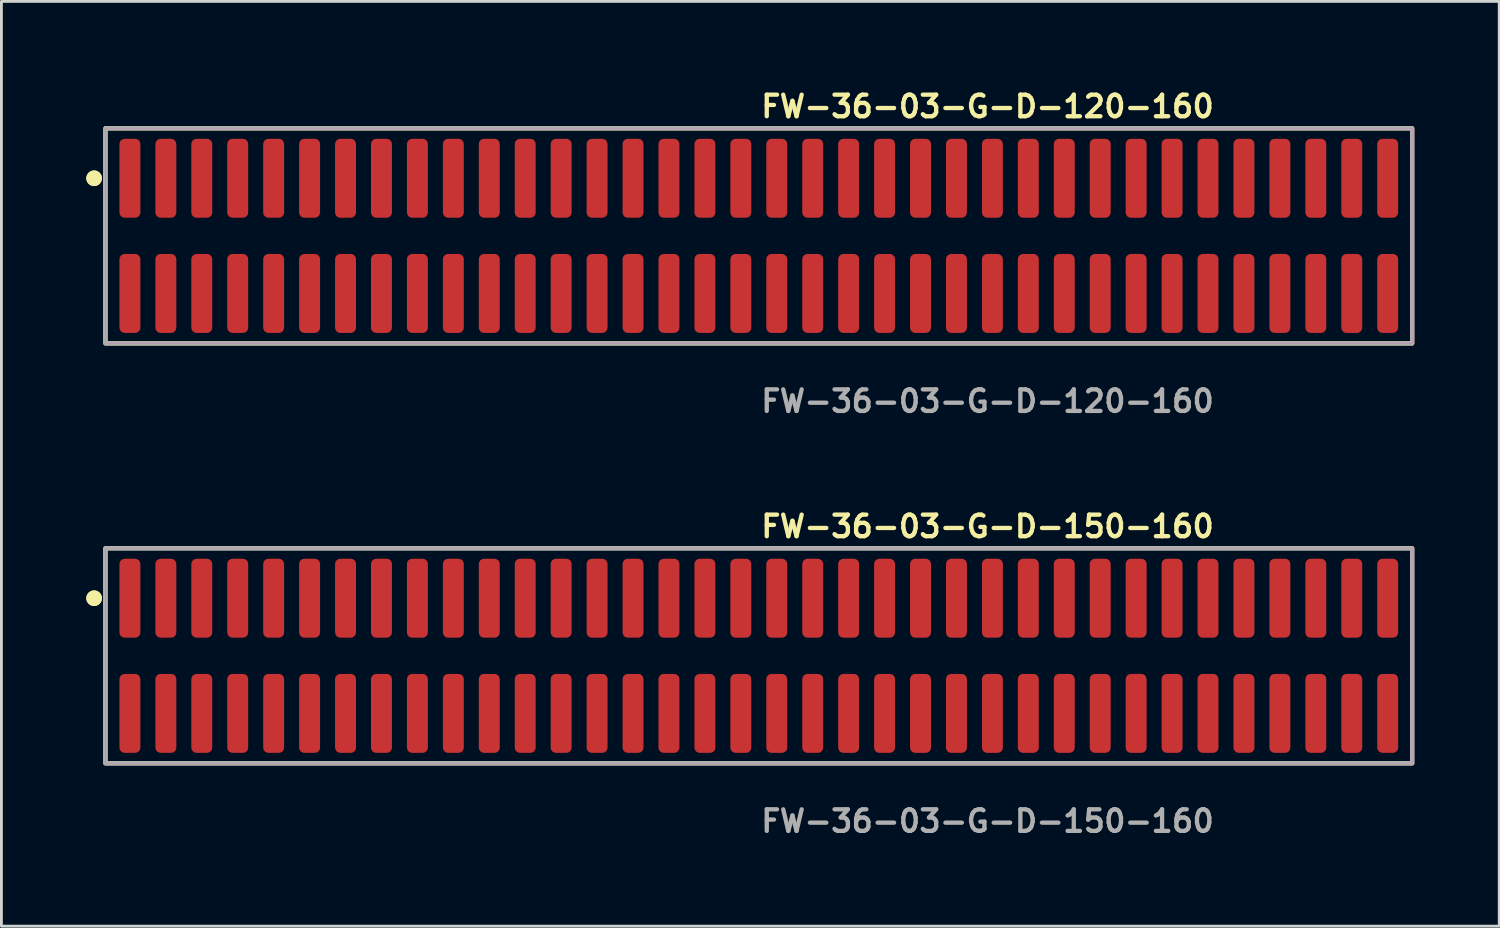
<source format=kicad_pcb>
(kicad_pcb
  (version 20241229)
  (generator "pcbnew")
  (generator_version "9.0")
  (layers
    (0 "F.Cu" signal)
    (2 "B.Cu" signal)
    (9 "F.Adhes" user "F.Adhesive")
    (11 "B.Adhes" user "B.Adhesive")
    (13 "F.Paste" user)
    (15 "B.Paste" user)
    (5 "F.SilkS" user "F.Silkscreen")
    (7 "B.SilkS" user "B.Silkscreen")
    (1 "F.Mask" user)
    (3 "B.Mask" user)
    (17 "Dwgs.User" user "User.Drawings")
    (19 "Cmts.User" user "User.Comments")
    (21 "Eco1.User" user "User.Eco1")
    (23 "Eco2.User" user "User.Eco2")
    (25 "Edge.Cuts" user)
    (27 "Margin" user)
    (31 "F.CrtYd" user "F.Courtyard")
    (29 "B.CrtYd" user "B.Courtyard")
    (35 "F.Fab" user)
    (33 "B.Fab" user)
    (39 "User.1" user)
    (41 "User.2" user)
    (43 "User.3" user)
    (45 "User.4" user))
  (footprint "FW-36-03-G-D-150-160"
    (layer "F.Cu")
    (at 23.766 20.126)
    (property "Reference" "FW-36-03-G-D-150-160" (at 0 -4.572 0) (unlocked yes) (layer "F.SilkS") (effects (font (size 0.762 0.762) (thickness 0.152)) (justify left)))
    (fp_rect (start -23.09 3.8) (end 23.09 -3.8) (stroke (width 0.152) (type solid)) (fill no) (layer "F.SilkS"))
    (fp_circle (center -23.49 -2.035) (end -23.69 -2.035) (stroke (width 0.152) (type solid)) (fill yes) (layer "F.SilkS"))
    (fp_circle (center -23.49 -2.035) (end -23.69 -2.035) (stroke (width 0.152) (type solid)) (fill yes) (layer "F.SilkS"))
    (fp_rect (start -23.09 3.8) (end 23.09 -3.8) (stroke (width 0.006) (type solid)) (fill no) (layer "F.CrtYd"))
    (fp_rect (start -23.09 3.8) (end 23.09 -3.8) (stroke (width 0.152) (type solid)) (fill no) (layer "F.Fab"))
    (fp_text user "${REFERENCE}" (at 0 5.842 0) (unlocked yes) (layer "F.Fab") (effects (font (size 0.762 0.762) (thickness 0.152)) (justify left)))
    (pad "1" smd roundrect (at -22.225 -2.035) (size 0.74 2.79) (layers "F.Cu" "F.Paste") (roundrect_rratio 0.25))
    (pad "2" smd roundrect (at -22.225 2.035) (size 0.74 2.79) (layers "F.Cu" "F.Paste") (roundrect_rratio 0.25))
    (pad "3" smd roundrect (at -20.955 -2.035) (size 0.74 2.79) (layers "F.Cu" "F.Paste") (roundrect_rratio 0.25))
    (pad "4" smd roundrect (at -20.955 2.035) (size 0.74 2.79) (layers "F.Cu" "F.Paste") (roundrect_rratio 0.25))
    (pad "5" smd roundrect (at -19.685 -2.035) (size 0.74 2.79) (layers "F.Cu" "F.Paste") (roundrect_rratio 0.25))
    (pad "6" smd roundrect (at -19.685 2.035) (size 0.74 2.79) (layers "F.Cu" "F.Paste") (roundrect_rratio 0.25))
    (pad "7" smd roundrect (at -18.415 -2.035) (size 0.74 2.79) (layers "F.Cu" "F.Paste") (roundrect_rratio 0.25))
    (pad "8" smd roundrect (at -18.415 2.035) (size 0.74 2.79) (layers "F.Cu" "F.Paste") (roundrect_rratio 0.25))
    (pad "9" smd roundrect (at -17.145 -2.035) (size 0.74 2.79) (layers "F.Cu" "F.Paste") (roundrect_rratio 0.25))
    (pad "10" smd roundrect (at -17.145 2.035) (size 0.74 2.79) (layers "F.Cu" "F.Paste") (roundrect_rratio 0.25))
    (pad "11" smd roundrect (at -15.875 -2.035) (size 0.74 2.79) (layers "F.Cu" "F.Paste") (roundrect_rratio 0.25))
    (pad "12" smd roundrect (at -15.875 2.035) (size 0.74 2.79) (layers "F.Cu" "F.Paste") (roundrect_rratio 0.25))
    (pad "13" smd roundrect (at -14.605 -2.035) (size 0.74 2.79) (layers "F.Cu" "F.Paste") (roundrect_rratio 0.25))
    (pad "14" smd roundrect (at -14.605 2.035) (size 0.74 2.79) (layers "F.Cu" "F.Paste") (roundrect_rratio 0.25))
    (pad "15" smd roundrect (at -13.335 -2.035) (size 0.74 2.79) (layers "F.Cu" "F.Paste") (roundrect_rratio 0.25))
    (pad "16" smd roundrect (at -13.335 2.035) (size 0.74 2.79) (layers "F.Cu" "F.Paste") (roundrect_rratio 0.25))
    (pad "17" smd roundrect (at -12.065 -2.035) (size 0.74 2.79) (layers "F.Cu" "F.Paste") (roundrect_rratio 0.25))
    (pad "18" smd roundrect (at -12.065 2.035) (size 0.74 2.79) (layers "F.Cu" "F.Paste") (roundrect_rratio 0.25))
    (pad "19" smd roundrect (at -10.795 -2.035) (size 0.74 2.79) (layers "F.Cu" "F.Paste") (roundrect_rratio 0.25))
    (pad "20" smd roundrect (at -10.795 2.035) (size 0.74 2.79) (layers "F.Cu" "F.Paste") (roundrect_rratio 0.25))
    (pad "21" smd roundrect (at -9.525 -2.035) (size 0.74 2.79) (layers "F.Cu" "F.Paste") (roundrect_rratio 0.25))
    (pad "22" smd roundrect (at -9.525 2.035) (size 0.74 2.79) (layers "F.Cu" "F.Paste") (roundrect_rratio 0.25))
    (pad "23" smd roundrect (at -8.255 -2.035) (size 0.74 2.79) (layers "F.Cu" "F.Paste") (roundrect_rratio 0.25))
    (pad "24" smd roundrect (at -8.255 2.035) (size 0.74 2.79) (layers "F.Cu" "F.Paste") (roundrect_rratio 0.25))
    (pad "25" smd roundrect (at -6.985 -2.035) (size 0.74 2.79) (layers "F.Cu" "F.Paste") (roundrect_rratio 0.25))
    (pad "26" smd roundrect (at -6.985 2.035) (size 0.74 2.79) (layers "F.Cu" "F.Paste") (roundrect_rratio 0.25))
    (pad "27" smd roundrect (at -5.715 -2.035) (size 0.74 2.79) (layers "F.Cu" "F.Paste") (roundrect_rratio 0.25))
    (pad "28" smd roundrect (at -5.715 2.035) (size 0.74 2.79) (layers "F.Cu" "F.Paste") (roundrect_rratio 0.25))
    (pad "29" smd roundrect (at -4.445 -2.035) (size 0.74 2.79) (layers "F.Cu" "F.Paste") (roundrect_rratio 0.25))
    (pad "30" smd roundrect (at -4.445 2.035) (size 0.74 2.79) (layers "F.Cu" "F.Paste") (roundrect_rratio 0.25))
    (pad "31" smd roundrect (at -3.175 -2.035) (size 0.74 2.79) (layers "F.Cu" "F.Paste") (roundrect_rratio 0.25))
    (pad "32" smd roundrect (at -3.175 2.035) (size 0.74 2.79) (layers "F.Cu" "F.Paste") (roundrect_rratio 0.25))
    (pad "33" smd roundrect (at -1.905 -2.035) (size 0.74 2.79) (layers "F.Cu" "F.Paste") (roundrect_rratio 0.25))
    (pad "34" smd roundrect (at -1.905 2.035) (size 0.74 2.79) (layers "F.Cu" "F.Paste") (roundrect_rratio 0.25))
    (pad "35" smd roundrect (at -0.635 -2.035) (size 0.74 2.79) (layers "F.Cu" "F.Paste") (roundrect_rratio 0.25))
    (pad "36" smd roundrect (at -0.635 2.035) (size 0.74 2.79) (layers "F.Cu" "F.Paste") (roundrect_rratio 0.25))
    (pad "37" smd roundrect (at 0.635 -2.035) (size 0.74 2.79) (layers "F.Cu" "F.Paste") (roundrect_rratio 0.25))
    (pad "38" smd roundrect (at 0.635 2.035) (size 0.74 2.79) (layers "F.Cu" "F.Paste") (roundrect_rratio 0.25))
    (pad "39" smd roundrect (at 1.905 -2.035) (size 0.74 2.79) (layers "F.Cu" "F.Paste") (roundrect_rratio 0.25))
    (pad "40" smd roundrect (at 1.905 2.035) (size 0.74 2.79) (layers "F.Cu" "F.Paste") (roundrect_rratio 0.25))
    (pad "41" smd roundrect (at 3.175 -2.035) (size 0.74 2.79) (layers "F.Cu" "F.Paste") (roundrect_rratio 0.25))
    (pad "42" smd roundrect (at 3.175 2.035) (size 0.74 2.79) (layers "F.Cu" "F.Paste") (roundrect_rratio 0.25))
    (pad "43" smd roundrect (at 4.445 -2.035) (size 0.74 2.79) (layers "F.Cu" "F.Paste") (roundrect_rratio 0.25))
    (pad "44" smd roundrect (at 4.445 2.035) (size 0.74 2.79) (layers "F.Cu" "F.Paste") (roundrect_rratio 0.25))
    (pad "45" smd roundrect (at 5.715 -2.035) (size 0.74 2.79) (layers "F.Cu" "F.Paste") (roundrect_rratio 0.25))
    (pad "46" smd roundrect (at 5.715 2.035) (size 0.74 2.79) (layers "F.Cu" "F.Paste") (roundrect_rratio 0.25))
    (pad "47" smd roundrect (at 6.985 -2.035) (size 0.74 2.79) (layers "F.Cu" "F.Paste") (roundrect_rratio 0.25))
    (pad "48" smd roundrect (at 6.985 2.035) (size 0.74 2.79) (layers "F.Cu" "F.Paste") (roundrect_rratio 0.25))
    (pad "49" smd roundrect (at 8.255 -2.035) (size 0.74 2.79) (layers "F.Cu" "F.Paste") (roundrect_rratio 0.25))
    (pad "50" smd roundrect (at 8.255 2.035) (size 0.74 2.79) (layers "F.Cu" "F.Paste") (roundrect_rratio 0.25))
    (pad "51" smd roundrect (at 9.525 -2.035) (size 0.74 2.79) (layers "F.Cu" "F.Paste") (roundrect_rratio 0.25))
    (pad "52" smd roundrect (at 9.525 2.035) (size 0.74 2.79) (layers "F.Cu" "F.Paste") (roundrect_rratio 0.25))
    (pad "53" smd roundrect (at 10.795 -2.035) (size 0.74 2.79) (layers "F.Cu" "F.Paste") (roundrect_rratio 0.25))
    (pad "54" smd roundrect (at 10.795 2.035) (size 0.74 2.79) (layers "F.Cu" "F.Paste") (roundrect_rratio 0.25))
    (pad "55" smd roundrect (at 12.065 -2.035) (size 0.74 2.79) (layers "F.Cu" "F.Paste") (roundrect_rratio 0.25))
    (pad "56" smd roundrect (at 12.065 2.035) (size 0.74 2.79) (layers "F.Cu" "F.Paste") (roundrect_rratio 0.25))
    (pad "57" smd roundrect (at 13.335 -2.035) (size 0.74 2.79) (layers "F.Cu" "F.Paste") (roundrect_rratio 0.25))
    (pad "58" smd roundrect (at 13.335 2.035) (size 0.74 2.79) (layers "F.Cu" "F.Paste") (roundrect_rratio 0.25))
    (pad "59" smd roundrect (at 14.605 -2.035) (size 0.74 2.79) (layers "F.Cu" "F.Paste") (roundrect_rratio 0.25))
    (pad "60" smd roundrect (at 14.605 2.035) (size 0.74 2.79) (layers "F.Cu" "F.Paste") (roundrect_rratio 0.25))
    (pad "61" smd roundrect (at 15.875 -2.035) (size 0.74 2.79) (layers "F.Cu" "F.Paste") (roundrect_rratio 0.25))
    (pad "62" smd roundrect (at 15.875 2.035) (size 0.74 2.79) (layers "F.Cu" "F.Paste") (roundrect_rratio 0.25))
    (pad "63" smd roundrect (at 17.145 -2.035) (size 0.74 2.79) (layers "F.Cu" "F.Paste") (roundrect_rratio 0.25))
    (pad "64" smd roundrect (at 17.145 2.035) (size 0.74 2.79) (layers "F.Cu" "F.Paste") (roundrect_rratio 0.25))
    (pad "65" smd roundrect (at 18.415 -2.035) (size 0.74 2.79) (layers "F.Cu" "F.Paste") (roundrect_rratio 0.25))
    (pad "66" smd roundrect (at 18.415 2.035) (size 0.74 2.79) (layers "F.Cu" "F.Paste") (roundrect_rratio 0.25))
    (pad "67" smd roundrect (at 19.685 -2.035) (size 0.74 2.79) (layers "F.Cu" "F.Paste") (roundrect_rratio 0.25))
    (pad "68" smd roundrect (at 19.685 2.035) (size 0.74 2.79) (layers "F.Cu" "F.Paste") (roundrect_rratio 0.25))
    (pad "69" smd roundrect (at 20.955 -2.035) (size 0.74 2.79) (layers "F.Cu" "F.Paste") (roundrect_rratio 0.25))
    (pad "70" smd roundrect (at 20.955 2.035) (size 0.74 2.79) (layers "F.Cu" "F.Paste") (roundrect_rratio 0.25))
    (pad "71" smd roundrect (at 22.225 -2.035) (size 0.74 2.79) (layers "F.Cu" "F.Paste") (roundrect_rratio 0.25))
    (pad "72" smd roundrect (at 22.225 2.035) (size 0.74 2.79) (layers "F.Cu" "F.Paste") (roundrect_rratio 0.25)))
  (footprint "FW-36-03-G-D-120-160"
    (layer "F.Cu")
    (at 23.766 5.285)
    (property "Reference" "FW-36-03-G-D-120-160" (at 0 -4.572 0) (unlocked yes) (layer "F.SilkS") (effects (font (size 0.762 0.762) (thickness 0.152)) (justify left)))
    (fp_rect (start -23.09 3.8) (end 23.09 -3.8) (stroke (width 0.152) (type solid)) (fill no) (layer "F.SilkS"))
    (fp_circle (center -23.49 -2.035) (end -23.69 -2.035) (stroke (width 0.152) (type solid)) (fill yes) (layer "F.SilkS"))
    (fp_circle (center -23.49 -2.035) (end -23.69 -2.035) (stroke (width 0.152) (type solid)) (fill yes) (layer "F.SilkS"))
    (fp_rect (start -23.09 3.8) (end 23.09 -3.8) (stroke (width 0.006) (type solid)) (fill no) (layer "F.CrtYd"))
    (fp_rect (start -23.09 3.8) (end 23.09 -3.8) (stroke (width 0.152) (type solid)) (fill no) (layer "F.Fab"))
    (fp_text user "${REFERENCE}" (at 0 5.842 0) (unlocked yes) (layer "F.Fab") (effects (font (size 0.762 0.762) (thickness 0.152)) (justify left)))
    (pad "1" smd roundrect (at -22.225 -2.035) (size 0.74 2.79) (layers "F.Cu" "F.Paste") (roundrect_rratio 0.25))
    (pad "2" smd roundrect (at -22.225 2.035) (size 0.74 2.79) (layers "F.Cu" "F.Paste") (roundrect_rratio 0.25))
    (pad "3" smd roundrect (at -20.955 -2.035) (size 0.74 2.79) (layers "F.Cu" "F.Paste") (roundrect_rratio 0.25))
    (pad "4" smd roundrect (at -20.955 2.035) (size 0.74 2.79) (layers "F.Cu" "F.Paste") (roundrect_rratio 0.25))
    (pad "5" smd roundrect (at -19.685 -2.035) (size 0.74 2.79) (layers "F.Cu" "F.Paste") (roundrect_rratio 0.25))
    (pad "6" smd roundrect (at -19.685 2.035) (size 0.74 2.79) (layers "F.Cu" "F.Paste") (roundrect_rratio 0.25))
    (pad "7" smd roundrect (at -18.415 -2.035) (size 0.74 2.79) (layers "F.Cu" "F.Paste") (roundrect_rratio 0.25))
    (pad "8" smd roundrect (at -18.415 2.035) (size 0.74 2.79) (layers "F.Cu" "F.Paste") (roundrect_rratio 0.25))
    (pad "9" smd roundrect (at -17.145 -2.035) (size 0.74 2.79) (layers "F.Cu" "F.Paste") (roundrect_rratio 0.25))
    (pad "10" smd roundrect (at -17.145 2.035) (size 0.74 2.79) (layers "F.Cu" "F.Paste") (roundrect_rratio 0.25))
    (pad "11" smd roundrect (at -15.875 -2.035) (size 0.74 2.79) (layers "F.Cu" "F.Paste") (roundrect_rratio 0.25))
    (pad "12" smd roundrect (at -15.875 2.035) (size 0.74 2.79) (layers "F.Cu" "F.Paste") (roundrect_rratio 0.25))
    (pad "13" smd roundrect (at -14.605 -2.035) (size 0.74 2.79) (layers "F.Cu" "F.Paste") (roundrect_rratio 0.25))
    (pad "14" smd roundrect (at -14.605 2.035) (size 0.74 2.79) (layers "F.Cu" "F.Paste") (roundrect_rratio 0.25))
    (pad "15" smd roundrect (at -13.335 -2.035) (size 0.74 2.79) (layers "F.Cu" "F.Paste") (roundrect_rratio 0.25))
    (pad "16" smd roundrect (at -13.335 2.035) (size 0.74 2.79) (layers "F.Cu" "F.Paste") (roundrect_rratio 0.25))
    (pad "17" smd roundrect (at -12.065 -2.035) (size 0.74 2.79) (layers "F.Cu" "F.Paste") (roundrect_rratio 0.25))
    (pad "18" smd roundrect (at -12.065 2.035) (size 0.74 2.79) (layers "F.Cu" "F.Paste") (roundrect_rratio 0.25))
    (pad "19" smd roundrect (at -10.795 -2.035) (size 0.74 2.79) (layers "F.Cu" "F.Paste") (roundrect_rratio 0.25))
    (pad "20" smd roundrect (at -10.795 2.035) (size 0.74 2.79) (layers "F.Cu" "F.Paste") (roundrect_rratio 0.25))
    (pad "21" smd roundrect (at -9.525 -2.035) (size 0.74 2.79) (layers "F.Cu" "F.Paste") (roundrect_rratio 0.25))
    (pad "22" smd roundrect (at -9.525 2.035) (size 0.74 2.79) (layers "F.Cu" "F.Paste") (roundrect_rratio 0.25))
    (pad "23" smd roundrect (at -8.255 -2.035) (size 0.74 2.79) (layers "F.Cu" "F.Paste") (roundrect_rratio 0.25))
    (pad "24" smd roundrect (at -8.255 2.035) (size 0.74 2.79) (layers "F.Cu" "F.Paste") (roundrect_rratio 0.25))
    (pad "25" smd roundrect (at -6.985 -2.035) (size 0.74 2.79) (layers "F.Cu" "F.Paste") (roundrect_rratio 0.25))
    (pad "26" smd roundrect (at -6.985 2.035) (size 0.74 2.79) (layers "F.Cu" "F.Paste") (roundrect_rratio 0.25))
    (pad "27" smd roundrect (at -5.715 -2.035) (size 0.74 2.79) (layers "F.Cu" "F.Paste") (roundrect_rratio 0.25))
    (pad "28" smd roundrect (at -5.715 2.035) (size 0.74 2.79) (layers "F.Cu" "F.Paste") (roundrect_rratio 0.25))
    (pad "29" smd roundrect (at -4.445 -2.035) (size 0.74 2.79) (layers "F.Cu" "F.Paste") (roundrect_rratio 0.25))
    (pad "30" smd roundrect (at -4.445 2.035) (size 0.74 2.79) (layers "F.Cu" "F.Paste") (roundrect_rratio 0.25))
    (pad "31" smd roundrect (at -3.175 -2.035) (size 0.74 2.79) (layers "F.Cu" "F.Paste") (roundrect_rratio 0.25))
    (pad "32" smd roundrect (at -3.175 2.035) (size 0.74 2.79) (layers "F.Cu" "F.Paste") (roundrect_rratio 0.25))
    (pad "33" smd roundrect (at -1.905 -2.035) (size 0.74 2.79) (layers "F.Cu" "F.Paste") (roundrect_rratio 0.25))
    (pad "34" smd roundrect (at -1.905 2.035) (size 0.74 2.79) (layers "F.Cu" "F.Paste") (roundrect_rratio 0.25))
    (pad "35" smd roundrect (at -0.635 -2.035) (size 0.74 2.79) (layers "F.Cu" "F.Paste") (roundrect_rratio 0.25))
    (pad "36" smd roundrect (at -0.635 2.035) (size 0.74 2.79) (layers "F.Cu" "F.Paste") (roundrect_rratio 0.25))
    (pad "37" smd roundrect (at 0.635 -2.035) (size 0.74 2.79) (layers "F.Cu" "F.Paste") (roundrect_rratio 0.25))
    (pad "38" smd roundrect (at 0.635 2.035) (size 0.74 2.79) (layers "F.Cu" "F.Paste") (roundrect_rratio 0.25))
    (pad "39" smd roundrect (at 1.905 -2.035) (size 0.74 2.79) (layers "F.Cu" "F.Paste") (roundrect_rratio 0.25))
    (pad "40" smd roundrect (at 1.905 2.035) (size 0.74 2.79) (layers "F.Cu" "F.Paste") (roundrect_rratio 0.25))
    (pad "41" smd roundrect (at 3.175 -2.035) (size 0.74 2.79) (layers "F.Cu" "F.Paste") (roundrect_rratio 0.25))
    (pad "42" smd roundrect (at 3.175 2.035) (size 0.74 2.79) (layers "F.Cu" "F.Paste") (roundrect_rratio 0.25))
    (pad "43" smd roundrect (at 4.445 -2.035) (size 0.74 2.79) (layers "F.Cu" "F.Paste") (roundrect_rratio 0.25))
    (pad "44" smd roundrect (at 4.445 2.035) (size 0.74 2.79) (layers "F.Cu" "F.Paste") (roundrect_rratio 0.25))
    (pad "45" smd roundrect (at 5.715 -2.035) (size 0.74 2.79) (layers "F.Cu" "F.Paste") (roundrect_rratio 0.25))
    (pad "46" smd roundrect (at 5.715 2.035) (size 0.74 2.79) (layers "F.Cu" "F.Paste") (roundrect_rratio 0.25))
    (pad "47" smd roundrect (at 6.985 -2.035) (size 0.74 2.79) (layers "F.Cu" "F.Paste") (roundrect_rratio 0.25))
    (pad "48" smd roundrect (at 6.985 2.035) (size 0.74 2.79) (layers "F.Cu" "F.Paste") (roundrect_rratio 0.25))
    (pad "49" smd roundrect (at 8.255 -2.035) (size 0.74 2.79) (layers "F.Cu" "F.Paste") (roundrect_rratio 0.25))
    (pad "50" smd roundrect (at 8.255 2.035) (size 0.74 2.79) (layers "F.Cu" "F.Paste") (roundrect_rratio 0.25))
    (pad "51" smd roundrect (at 9.525 -2.035) (size 0.74 2.79) (layers "F.Cu" "F.Paste") (roundrect_rratio 0.25))
    (pad "52" smd roundrect (at 9.525 2.035) (size 0.74 2.79) (layers "F.Cu" "F.Paste") (roundrect_rratio 0.25))
    (pad "53" smd roundrect (at 10.795 -2.035) (size 0.74 2.79) (layers "F.Cu" "F.Paste") (roundrect_rratio 0.25))
    (pad "54" smd roundrect (at 10.795 2.035) (size 0.74 2.79) (layers "F.Cu" "F.Paste") (roundrect_rratio 0.25))
    (pad "55" smd roundrect (at 12.065 -2.035) (size 0.74 2.79) (layers "F.Cu" "F.Paste") (roundrect_rratio 0.25))
    (pad "56" smd roundrect (at 12.065 2.035) (size 0.74 2.79) (layers "F.Cu" "F.Paste") (roundrect_rratio 0.25))
    (pad "57" smd roundrect (at 13.335 -2.035) (size 0.74 2.79) (layers "F.Cu" "F.Paste") (roundrect_rratio 0.25))
    (pad "58" smd roundrect (at 13.335 2.035) (size 0.74 2.79) (layers "F.Cu" "F.Paste") (roundrect_rratio 0.25))
    (pad "59" smd roundrect (at 14.605 -2.035) (size 0.74 2.79) (layers "F.Cu" "F.Paste") (roundrect_rratio 0.25))
    (pad "60" smd roundrect (at 14.605 2.035) (size 0.74 2.79) (layers "F.Cu" "F.Paste") (roundrect_rratio 0.25))
    (pad "61" smd roundrect (at 15.875 -2.035) (size 0.74 2.79) (layers "F.Cu" "F.Paste") (roundrect_rratio 0.25))
    (pad "62" smd roundrect (at 15.875 2.035) (size 0.74 2.79) (layers "F.Cu" "F.Paste") (roundrect_rratio 0.25))
    (pad "63" smd roundrect (at 17.145 -2.035) (size 0.74 2.79) (layers "F.Cu" "F.Paste") (roundrect_rratio 0.25))
    (pad "64" smd roundrect (at 17.145 2.035) (size 0.74 2.79) (layers "F.Cu" "F.Paste") (roundrect_rratio 0.25))
    (pad "65" smd roundrect (at 18.415 -2.035) (size 0.74 2.79) (layers "F.Cu" "F.Paste") (roundrect_rratio 0.25))
    (pad "66" smd roundrect (at 18.415 2.035) (size 0.74 2.79) (layers "F.Cu" "F.Paste") (roundrect_rratio 0.25))
    (pad "67" smd roundrect (at 19.685 -2.035) (size 0.74 2.79) (layers "F.Cu" "F.Paste") (roundrect_rratio 0.25))
    (pad "68" smd roundrect (at 19.685 2.035) (size 0.74 2.79) (layers "F.Cu" "F.Paste") (roundrect_rratio 0.25))
    (pad "69" smd roundrect (at 20.955 -2.035) (size 0.74 2.79) (layers "F.Cu" "F.Paste") (roundrect_rratio 0.25))
    (pad "70" smd roundrect (at 20.955 2.035) (size 0.74 2.79) (layers "F.Cu" "F.Paste") (roundrect_rratio 0.25))
    (pad "71" smd roundrect (at 22.225 -2.035) (size 0.74 2.79) (layers "F.Cu" "F.Paste") (roundrect_rratio 0.25))
    (pad "72" smd roundrect (at 22.225 2.035) (size 0.74 2.79) (layers "F.Cu" "F.Paste") (roundrect_rratio 0.25)))
  (gr_rect
    (start -3 -3)
    (end 49.932 29.681)
    (stroke (width 0.1) (type default))
    (fill no)
    (layer "Edge.Cuts")))
</source>
